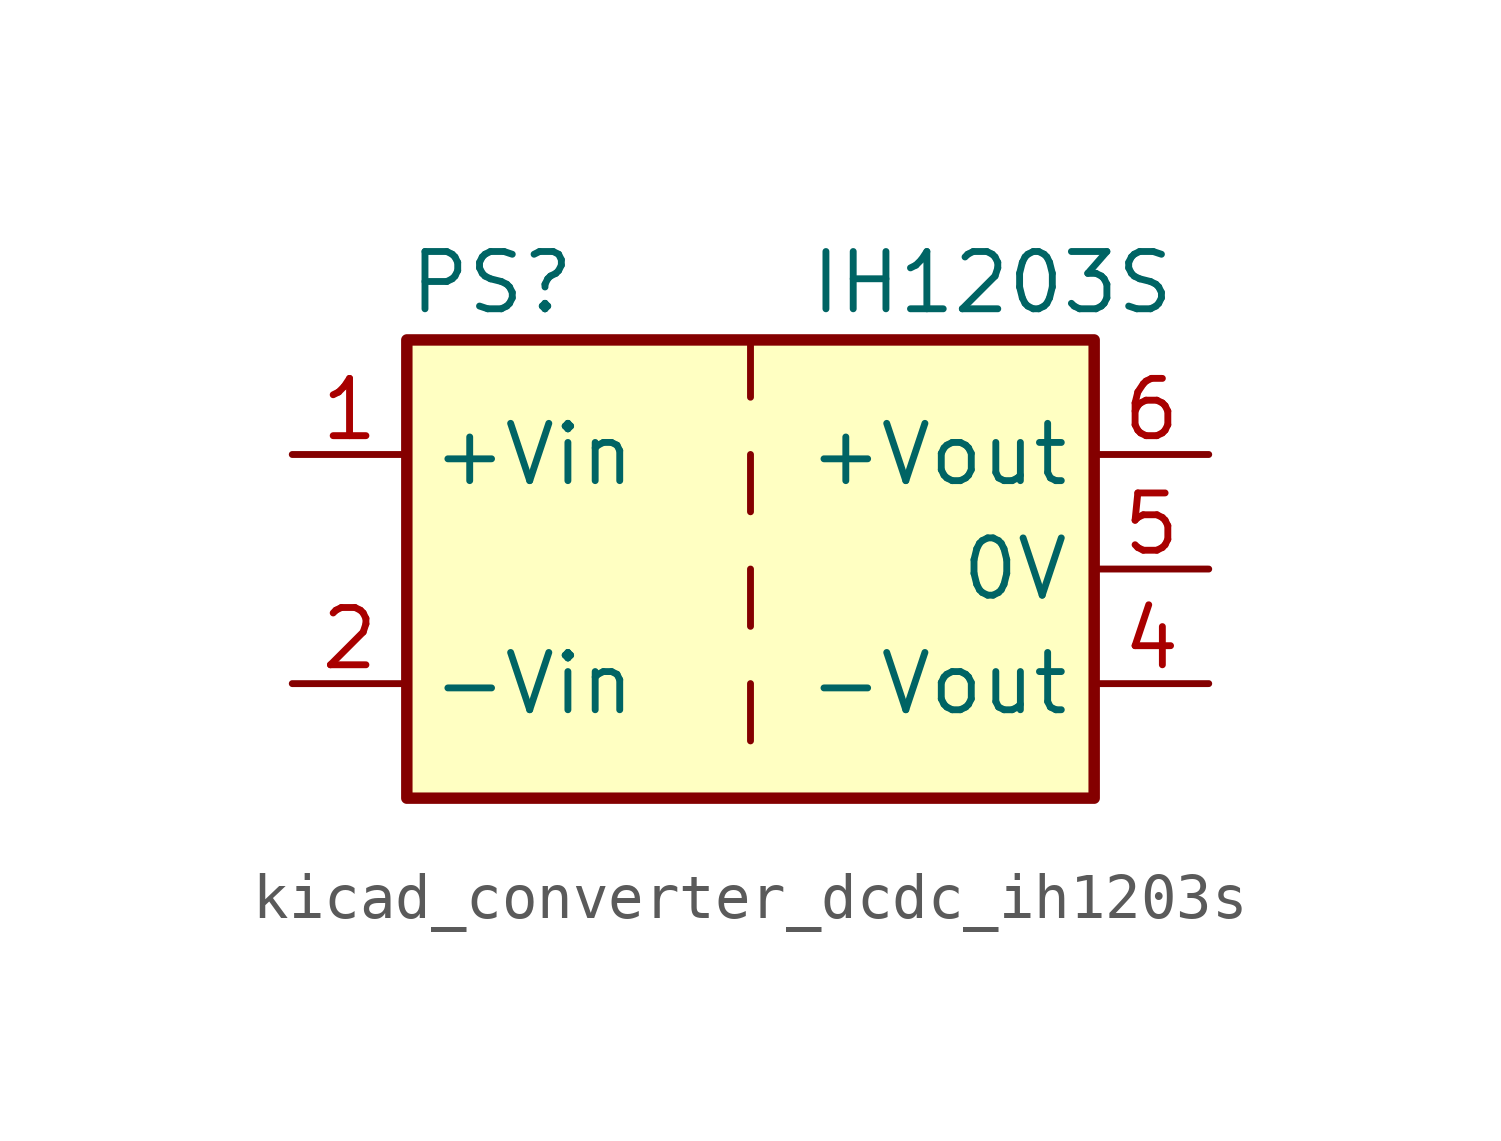
<source format=kicad_sym>
(kicad_symbol_lib
  (version 20220914)
  (generator kicad_symbol_editor)
  (symbol "kicad_converter_dcdc_ih1203s"
    (property "Reference" "PS"
      (at -7.62 6.35 0)
      (effects (font (size 1.27 1.27)) (justify left)))
    (property "Value" "IH1203S"
      (at 1.27 6.35 0)
      (effects (font (size 1.27 1.27)) (justify left)))
    (symbol "kicad_converter_dcdc_ih1203s_0_0"
      (pin power_in line (at -10.16 2.54 0) (length 2.54) (name "+Vin" (effects (font (size 1.27 1.27)))) (number "1" (effects (font (size 1.27 1.27)))))
      (pin power_in line (at -10.16 -2.54 0) (length 2.54) (name "-Vin" (effects (font (size 1.27 1.27)))) (number "2" (effects (font (size 1.27 1.27)))))
      (pin power_out line (at 10.16 -2.54 180) (length 2.54) (name "-Vout" (effects (font (size 1.27 1.27)))) (number "4" (effects (font (size 1.27 1.27)))))
      (pin power_out line (at 10.16 0 180) (length 2.54) (name "0V" (effects (font (size 1.27 1.27)))) (number "5" (effects (font (size 1.27 1.27)))))
      (pin power_out line (at 10.16 2.54 180) (length 2.54) (name "+Vout" (effects (font (size 1.27 1.27)))) (number "6" (effects (font (size 1.27 1.27))))))
    (symbol "kicad_converter_dcdc_ih1203s_0_1"
      (rectangle (start -7.62 5.08) (end 7.62 -5.08) (stroke (width 0.254) (type default)) (fill (type background)))
      (polyline (pts (xy 0 -2.54) (xy 0 -3.81)) (stroke (width 0) (type default)) (fill (type none)))
      (polyline (pts (xy 0 0) (xy 0 -1.27)) (stroke (width 0) (type default)) (fill (type none)))
      (polyline (pts (xy 0 2.54) (xy 0 1.27)) (stroke (width 0) (type default)) (fill (type none)))
      (polyline (pts (xy 0 5.08) (xy 0 3.81)) (stroke (width 0) (type default)) (fill (type none))))))
</source>
